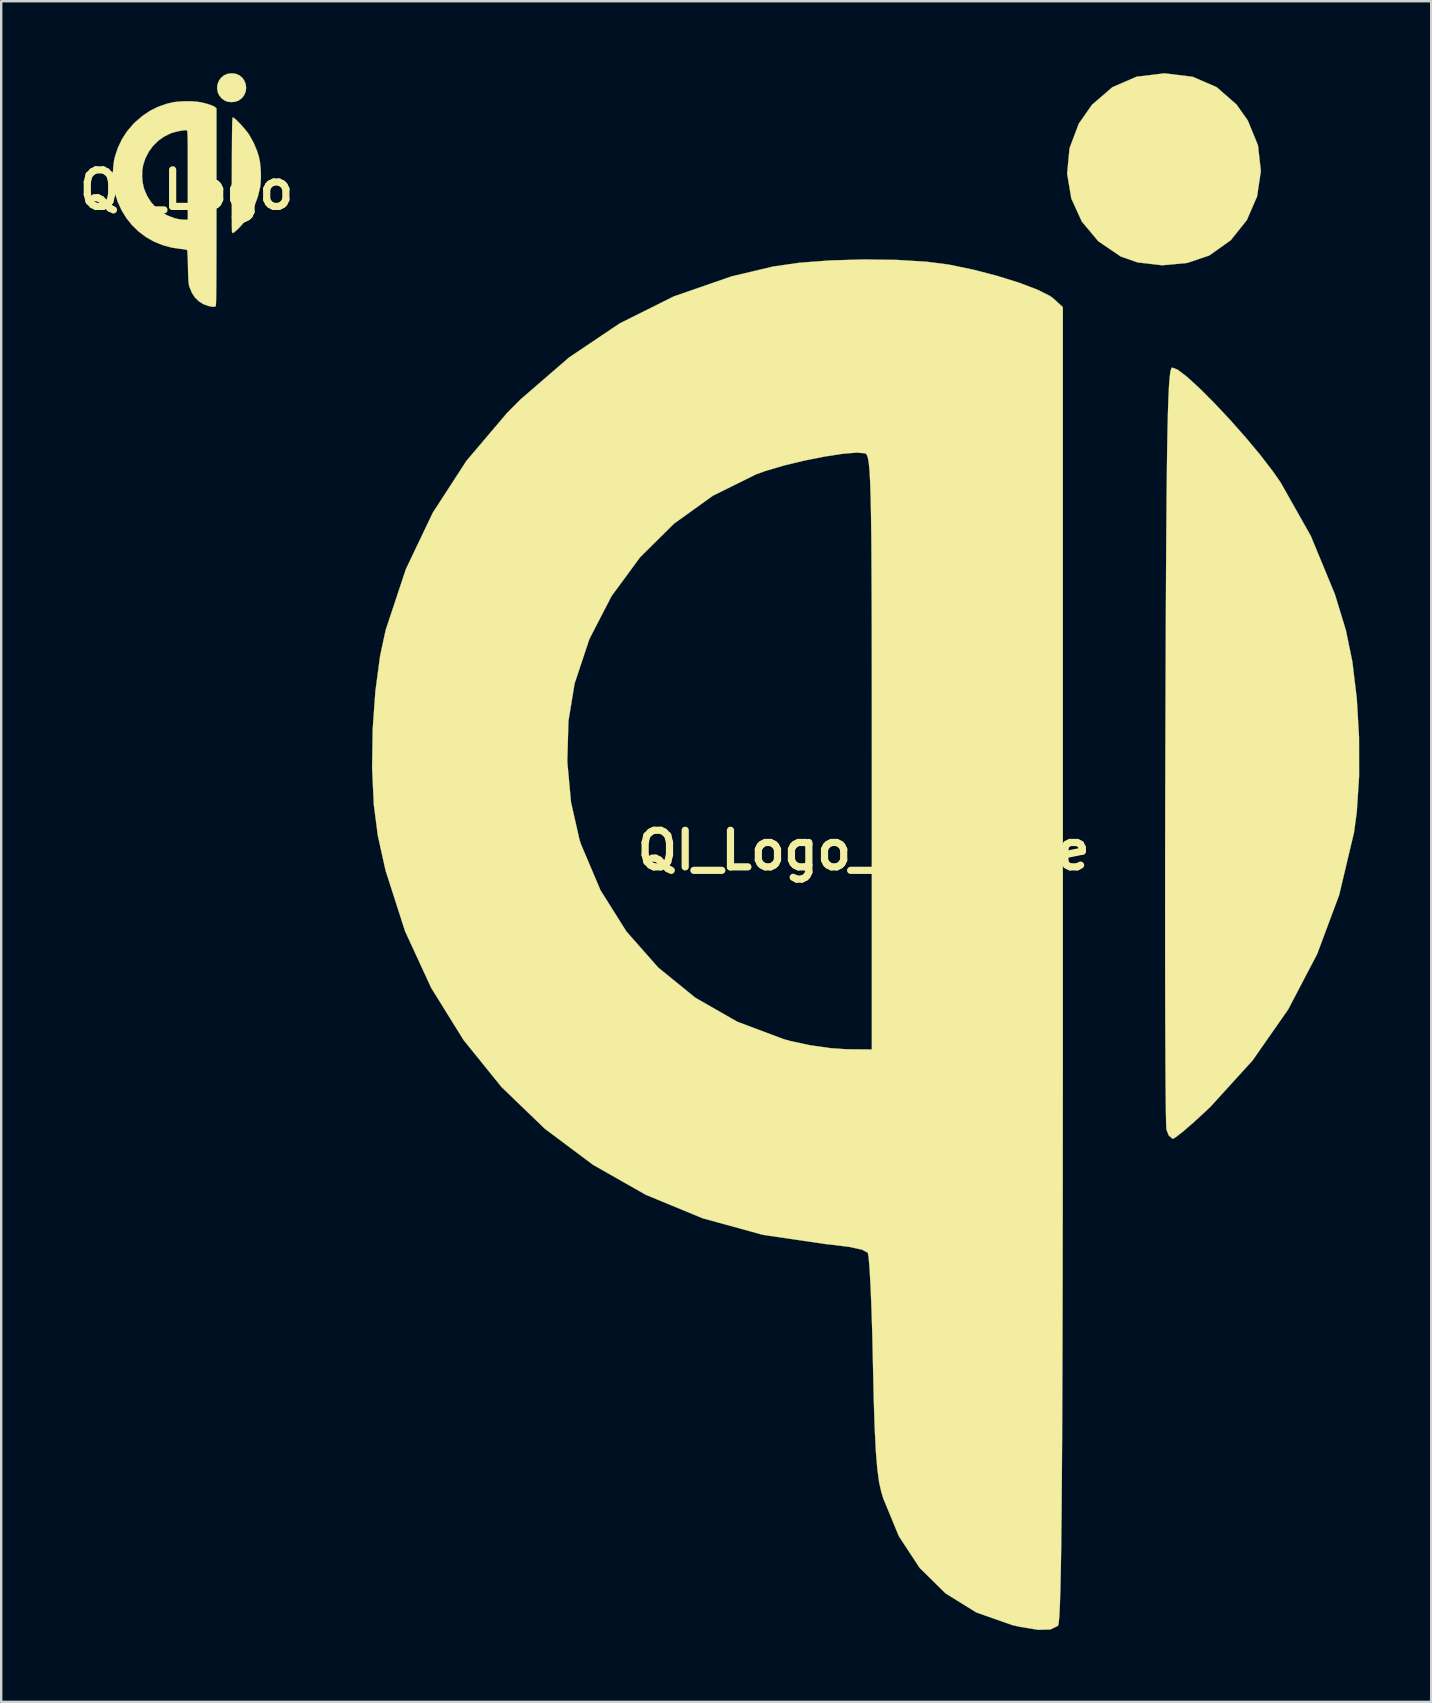
<source format=kicad_pcb>
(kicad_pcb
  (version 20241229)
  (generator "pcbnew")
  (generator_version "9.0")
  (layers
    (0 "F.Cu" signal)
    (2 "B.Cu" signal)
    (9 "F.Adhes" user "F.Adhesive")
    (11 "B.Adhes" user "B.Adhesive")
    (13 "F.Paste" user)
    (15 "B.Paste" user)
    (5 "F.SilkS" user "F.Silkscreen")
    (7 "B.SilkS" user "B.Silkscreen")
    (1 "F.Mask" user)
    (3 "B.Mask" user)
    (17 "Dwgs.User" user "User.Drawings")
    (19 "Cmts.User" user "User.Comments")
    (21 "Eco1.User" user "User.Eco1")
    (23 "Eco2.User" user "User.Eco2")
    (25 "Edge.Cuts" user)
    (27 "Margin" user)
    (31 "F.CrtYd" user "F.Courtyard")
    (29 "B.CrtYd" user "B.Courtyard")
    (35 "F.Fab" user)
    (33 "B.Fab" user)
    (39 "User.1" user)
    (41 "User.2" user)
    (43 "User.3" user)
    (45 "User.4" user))
  (footprint "QI_Logo"
    (layer "F.Cu")
    (at 4.724 4.861)
    (property "Reference" "QI_Logo" (at 0 0 0) (layer "F.SilkS") (effects (font (size 1.524 1.524) (thickness 0.3))))
    (attr through_hole)
    (fp_poly (pts (xy 2.056 -4.834) (xy 2.206 -4.769) (xy 2.33 -4.661) (xy 2.401 -4.561) (xy 2.464 -4.407) (xy 2.482 -4.245) (xy 2.458 -4.086) (xy 2.395 -3.939) (xy 2.294 -3.813) (xy 2.16 -3.718) (xy 2.159 -3.717) (xy 2.021 -3.671) (xy 1.865 -3.656) (xy 1.712 -3.674) (xy 1.606 -3.711) (xy 1.466 -3.806) (xy 1.363 -3.93) (xy 1.297 -4.074) (xy 1.271 -4.229) (xy 1.286 -4.388) (xy 1.344 -4.541) (xy 1.426 -4.659) (xy 1.554 -4.77) (xy 1.705 -4.835) (xy 1.88 -4.856) (xy 2.056 -4.834)) (stroke (width 0.01) (type solid)) (fill yes) (layer "F.SilkS"))
    (fp_poly (pts (xy 1.961 -3.005) (xy 2.02 -2.96) (xy 2.099 -2.888) (xy 2.19 -2.796) (xy 2.288 -2.692) (xy 2.386 -2.581) (xy 2.478 -2.471) (xy 2.558 -2.367) (xy 2.605 -2.299) (xy 2.794 -1.964) (xy 2.944 -1.602) (xy 3.013 -1.376) (xy 3.054 -1.18) (xy 3.081 -0.951) (xy 3.096 -0.707) (xy 3.096 -0.463) (xy 3.081 -0.238) (xy 3.064 -0.111) (xy 2.971 0.279) (xy 2.834 0.648) (xy 2.653 0.994) (xy 2.43 1.313) (xy 2.168 1.602) (xy 2.148 1.621) (xy 2.066 1.696) (xy 1.996 1.757) (xy 1.948 1.794) (xy 1.931 1.803) (xy 1.906 1.782) (xy 1.892 1.746) (xy 1.89 1.713) (xy 1.889 1.633) (xy 1.887 1.509) (xy 1.886 1.345) (xy 1.885 1.145) (xy 1.884 0.913) (xy 1.884 0.651) (xy 1.884 0.365) (xy 1.884 0.057) (xy 1.884 -0.27) (xy 1.885 -0.61) (xy 1.885 -0.658) (xy 1.887 -1.065) (xy 1.888 -1.425) (xy 1.89 -1.739) (xy 1.891 -2.01) (xy 1.893 -2.243) (xy 1.896 -2.438) (xy 1.898 -2.6) (xy 1.901 -2.73) (xy 1.904 -2.832) (xy 1.908 -2.909) (xy 1.913 -2.963) (xy 1.918 -2.997) (xy 1.923 -3.014) (xy 1.927 -3.017) (xy 1.961 -3.005)) (stroke (width 0.01) (type solid)) (fill yes) (layer "F.SilkS"))
    (fp_poly (pts (xy 0.205 -3.69) (xy 0.395 -3.678) (xy 0.533 -3.66) (xy 0.685 -3.629) (xy 0.835 -3.59) (xy 0.972 -3.547) (xy 1.086 -3.504) (xy 1.165 -3.464) (xy 1.187 -3.447) (xy 1.245 -3.395) (xy 1.245 0.711) (xy 1.245 1.273) (xy 1.244 1.786) (xy 1.244 2.252) (xy 1.243 2.672) (xy 1.242 3.049) (xy 1.241 3.385) (xy 1.24 3.68) (xy 1.238 3.937) (xy 1.236 4.159) (xy 1.234 4.345) (xy 1.232 4.5) (xy 1.229 4.623) (xy 1.226 4.718) (xy 1.223 4.785) (xy 1.219 4.827) (xy 1.215 4.845) (xy 1.214 4.846) (xy 1.167 4.869) (xy 1.089 4.872) (xy 0.974 4.852) (xy 0.926 4.841) (xy 0.704 4.763) (xy 0.512 4.644) (xy 0.35 4.485) (xy 0.22 4.287) (xy 0.122 4.05) (xy 0.11 4.01) (xy 0.096 3.948) (xy 0.085 3.864) (xy 0.076 3.751) (xy 0.068 3.603) (xy 0.062 3.416) (xy 0.058 3.21) (xy 0.054 3.031) (xy 0.049 2.867) (xy 0.043 2.726) (xy 0.037 2.616) (xy 0.031 2.543) (xy 0.025 2.515) (xy -0.01 2.496) (xy -0.089 2.479) (xy -0.204 2.464) (xy -0.232 2.462) (xy -0.63 2.403) (xy -1.007 2.299) (xy -1.362 2.153) (xy -1.692 1.966) (xy -1.993 1.74) (xy -2.264 1.479) (xy -2.501 1.185) (xy -2.703 0.86) (xy -2.866 0.506) (xy -2.988 0.126) (xy -3.037 -0.092) (xy -3.062 -0.287) (xy -3.072 -0.514) (xy -3.072 -0.554) (xy -1.853 -0.554) (xy -1.829 -0.301) (xy -1.776 -0.067) (xy -1.767 -0.038) (xy -1.645 0.25) (xy -1.483 0.508) (xy -1.285 0.732) (xy -1.053 0.921) (xy -0.79 1.071) (xy -0.5 1.18) (xy -0.454 1.193) (xy -0.334 1.218) (xy -0.207 1.237) (xy -0.108 1.243) (xy 0.051 1.245) (xy 0.051 -0.61) (xy 0.051 -0.964) (xy 0.05 -1.27) (xy 0.05 -1.532) (xy 0.049 -1.753) (xy 0.048 -1.937) (xy 0.046 -2.088) (xy 0.043 -2.208) (xy 0.04 -2.301) (xy 0.037 -2.37) (xy 0.032 -2.419) (xy 0.026 -2.452) (xy 0.02 -2.471) (xy 0.013 -2.48) (xy 0.01 -2.481) (xy -0.043 -2.486) (xy -0.132 -2.478) (xy -0.246 -2.461) (xy -0.372 -2.436) (xy -0.498 -2.405) (xy -0.612 -2.372) (xy -0.673 -2.35) (xy -0.943 -2.216) (xy -1.186 -2.042) (xy -1.398 -1.831) (xy -1.576 -1.589) (xy -1.714 -1.321) (xy -1.807 -1.042) (xy -1.845 -0.808) (xy -1.853 -0.554) (xy -3.072 -0.554) (xy -3.069 -0.755) (xy -3.052 -0.995) (xy -3.022 -1.217) (xy -2.988 -1.376) (xy -2.861 -1.758) (xy -2.693 -2.11) (xy -2.483 -2.435) (xy -2.229 -2.734) (xy -2.143 -2.82) (xy -1.841 -3.08) (xy -1.524 -3.294) (xy -1.187 -3.462) (xy -0.826 -3.587) (xy -0.566 -3.649) (xy -0.405 -3.672) (xy -0.211 -3.687) (xy -0.002 -3.693) (xy 0.205 -3.69)) (stroke (width 0.01) (type solid)) (fill yes) (layer "F.SilkS")))
  (footprint "QI_Logo_Massive"
    (layer "F.Cu")
    (at 32.937 32.379)
    (property "Reference" "QI_Logo_Massive" (at 0 0 0) (layer "F.SilkS") (effects (font (size 1.524 1.524) (thickness 0.3))))
    (attr through_hole)
    (fp_poly (pts (xy 13.708 -32.229) (xy 14.708 -31.796) (xy 15.534 -31.073) (xy 16.004 -30.407) (xy 16.426 -29.377) (xy 16.548 -28.302) (xy 16.389 -27.243) (xy 15.965 -26.262) (xy 15.295 -25.422) (xy 14.397 -24.784) (xy 14.393 -24.783) (xy 13.473 -24.473) (xy 12.435 -24.376) (xy 11.413 -24.495) (xy 10.707 -24.742) (xy 9.775 -25.376) (xy 9.086 -26.2) (xy 8.649 -27.159) (xy 8.475 -28.195) (xy 8.575 -29.253) (xy 8.96 -30.275) (xy 9.51 -31.063) (xy 10.362 -31.797) (xy 11.369 -32.233) (xy 12.531 -32.374) (xy 13.708 -32.229)) (stroke (width 0.01) (type solid)) (fill yes) (layer "F.SilkS"))
    (fp_poly (pts (xy 13.072 -20.032) (xy 13.469 -19.73) (xy 13.992 -19.252) (xy 14.601 -18.643) (xy 15.254 -17.947) (xy 15.909 -17.208) (xy 16.523 -16.472) (xy 17.054 -15.781) (xy 17.369 -15.329) (xy 18.629 -13.096) (xy 19.628 -10.68) (xy 20.088 -9.176) (xy 20.358 -7.867) (xy 20.543 -6.341) (xy 20.638 -4.711) (xy 20.64 -3.089) (xy 20.543 -1.586) (xy 20.427 -0.739) (xy 19.81 1.86) (xy 18.892 4.323) (xy 17.685 6.629) (xy 16.201 8.755) (xy 14.45 10.68) (xy 14.321 10.804) (xy 13.774 11.309) (xy 13.31 11.712) (xy 12.986 11.963) (xy 12.872 12.023) (xy 12.709 11.88) (xy 12.614 11.642) (xy 12.601 11.42) (xy 12.59 10.884) (xy 12.58 10.058) (xy 12.572 8.966) (xy 12.566 7.634) (xy 12.561 6.084) (xy 12.559 4.342) (xy 12.558 2.431) (xy 12.559 0.377) (xy 12.562 -1.797) (xy 12.568 -4.066) (xy 12.569 -4.389) (xy 12.578 -7.103) (xy 12.587 -9.498) (xy 12.597 -11.592) (xy 12.609 -13.403) (xy 12.622 -14.951) (xy 12.637 -16.254) (xy 12.654 -17.331) (xy 12.674 -18.2) (xy 12.697 -18.881) (xy 12.722 -19.392) (xy 12.752 -19.752) (xy 12.785 -19.979) (xy 12.823 -20.093) (xy 12.846 -20.115) (xy 13.072 -20.032)) (stroke (width 0.01) (type solid)) (fill yes) (layer "F.SilkS"))
    (fp_poly (pts (xy 1.369 -24.601) (xy 2.631 -24.523) (xy 3.556 -24.403) (xy 4.568 -24.193) (xy 5.567 -23.933) (xy 6.482 -23.647) (xy 7.24 -23.359) (xy 7.77 -23.092) (xy 7.916 -22.983) (xy 8.297 -22.632) (xy 8.297 4.737) (xy 8.297 8.484) (xy 8.295 11.904) (xy 8.292 15.011) (xy 8.288 17.814) (xy 8.282 20.328) (xy 8.275 22.564) (xy 8.266 24.534) (xy 8.255 26.25) (xy 8.243 27.725) (xy 8.229 28.97) (xy 8.212 29.998) (xy 8.194 30.821) (xy 8.173 31.45) (xy 8.151 31.899) (xy 8.126 32.18) (xy 8.098 32.303) (xy 8.094 32.309) (xy 7.781 32.463) (xy 7.262 32.477) (xy 6.493 32.35) (xy 6.174 32.276) (xy 4.692 31.754) (xy 3.41 30.96) (xy 2.332 29.899) (xy 1.465 28.579) (xy 0.814 27.003) (xy 0.732 26.732) (xy 0.64 26.322) (xy 0.565 25.759) (xy 0.504 25.005) (xy 0.455 24.021) (xy 0.415 22.77) (xy 0.385 21.402) (xy 0.358 20.204) (xy 0.324 19.112) (xy 0.286 18.175) (xy 0.245 17.439) (xy 0.204 16.951) (xy 0.169 16.764) (xy -0.068 16.64) (xy -0.594 16.525) (xy -1.359 16.428) (xy -1.549 16.411) (xy -4.199 16.021) (xy -6.715 15.329) (xy -9.081 14.352) (xy -11.277 13.103) (xy -13.287 11.601) (xy -15.092 9.861) (xy -16.676 7.899) (xy -18.021 5.731) (xy -19.109 3.372) (xy -19.923 0.84) (xy -20.245 -0.614) (xy -20.413 -1.914) (xy -20.483 -3.425) (xy -20.479 -3.695) (xy -12.351 -3.695) (xy -12.196 -2.005) (xy -11.843 -0.446) (xy -11.781 -0.254) (xy -10.966 1.666) (xy -9.886 3.384) (xy -8.564 4.882) (xy -7.017 6.141) (xy -5.268 7.142) (xy -3.336 7.867) (xy -3.029 7.951) (xy -2.23 8.122) (xy -1.379 8.243) (xy -0.72 8.288) (xy 0.339 8.297) (xy 0.339 -4.069) (xy 0.338 -6.425) (xy 0.336 -8.465) (xy 0.333 -10.211) (xy 0.326 -11.687) (xy 0.318 -12.915) (xy 0.305 -13.918) (xy 0.289 -14.718) (xy 0.269 -15.337) (xy 0.244 -15.8) (xy 0.213 -16.128) (xy 0.177 -16.344) (xy 0.134 -16.471) (xy 0.084 -16.531) (xy 0.067 -16.54) (xy -0.285 -16.572) (xy -0.88 -16.522) (xy -1.638 -16.405) (xy -2.478 -16.238) (xy -3.318 -16.035) (xy -4.078 -15.812) (xy -4.487 -15.665) (xy -6.286 -14.774) (xy -7.906 -13.61) (xy -9.322 -12.206) (xy -10.506 -10.594) (xy -11.43 -8.804) (xy -12.047 -6.947) (xy -12.303 -5.386) (xy -12.351 -3.695) (xy -20.479 -3.695) (xy -20.459 -5.036) (xy -20.346 -6.636) (xy -20.148 -8.112) (xy -19.919 -9.176) (xy -19.076 -11.717) (xy -17.955 -14.065) (xy -16.551 -16.231) (xy -14.858 -18.226) (xy -14.285 -18.8) (xy -12.275 -20.537) (xy -10.161 -21.958) (xy -7.914 -23.079) (xy -5.506 -23.914) (xy -3.772 -24.325) (xy -2.697 -24.48) (xy -1.407 -24.578) (xy -0.014 -24.619) (xy 1.369 -24.601)) (stroke (width 0.01) (type solid)) (fill yes) (layer "F.SilkS")))
  (gr_rect
    (start -3 -3)
    (end 56.581 67.86)
    (stroke (width 0.1) (type default))
    (fill no)
    (layer "Edge.Cuts")))
</source>
